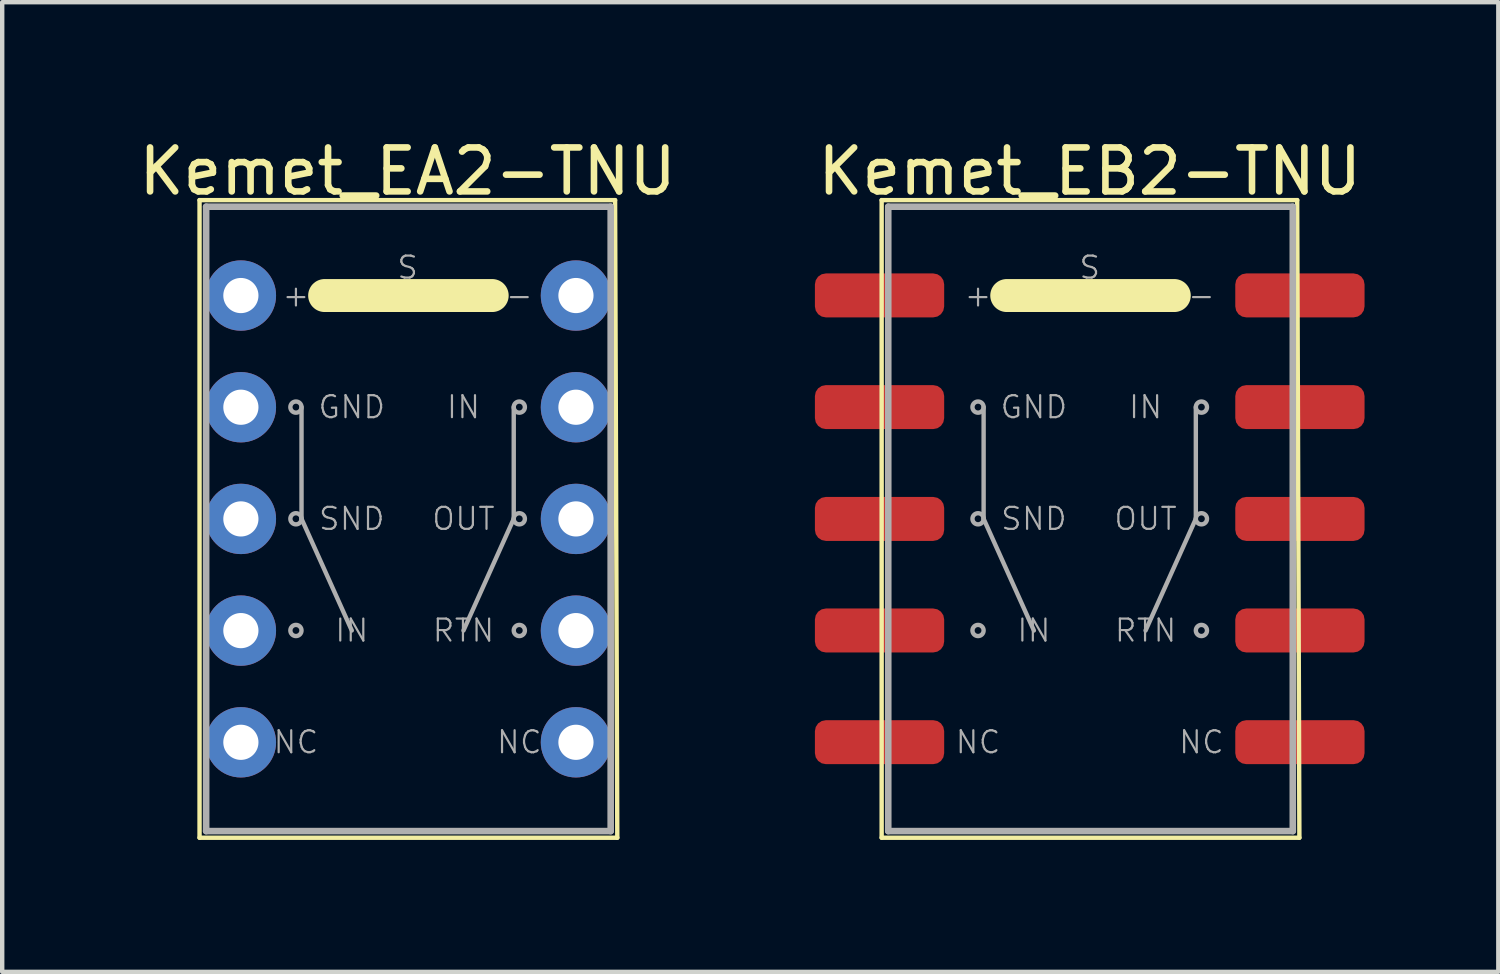
<source format=kicad_pcb>
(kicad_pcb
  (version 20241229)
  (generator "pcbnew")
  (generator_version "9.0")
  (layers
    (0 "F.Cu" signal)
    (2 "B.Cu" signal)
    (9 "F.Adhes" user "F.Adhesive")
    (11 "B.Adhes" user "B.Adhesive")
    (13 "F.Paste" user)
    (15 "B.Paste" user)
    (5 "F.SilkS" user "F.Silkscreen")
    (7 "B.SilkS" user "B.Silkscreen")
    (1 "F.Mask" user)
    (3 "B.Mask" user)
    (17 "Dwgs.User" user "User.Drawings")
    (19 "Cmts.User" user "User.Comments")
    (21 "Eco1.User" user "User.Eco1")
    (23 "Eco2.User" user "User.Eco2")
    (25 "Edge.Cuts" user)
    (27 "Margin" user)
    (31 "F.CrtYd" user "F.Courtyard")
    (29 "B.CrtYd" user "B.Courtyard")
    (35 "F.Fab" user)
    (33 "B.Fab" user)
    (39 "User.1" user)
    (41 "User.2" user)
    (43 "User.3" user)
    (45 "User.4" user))
  (footprint "Kemet_EA2-TNU"
    (layer "F.Cu")
    (at 6.22 8.748)
    (property "Reference" "Kemet_EA2-TNU" (at 0 -7.9 0) (layer "F.SilkS") (effects (font (size 1 1) (thickness 0.15))))
    (attr through_hole)
    (fp_line (start -4.732 -7.247) (end -4.732 7.253) (stroke (width 0.1) (type solid)) (layer "F.SilkS"))
    (fp_line (start 1.923 -5.077) (end -1.887 -5.077) (stroke (width 0.75) (type solid)) (layer "F.SilkS"))
    (fp_line (start 4.718 -7.247) (end -4.732 -7.247) (stroke (width 0.1) (type solid)) (layer "F.SilkS"))
    (fp_line (start 4.718 -7.247) (end 4.768 7.253) (stroke (width 0.1) (type solid)) (layer "F.SilkS"))
    (fp_line (start 4.768 7.253) (end -4.732 7.253) (stroke (width 0.1) (type solid)) (layer "F.SilkS"))
    (fp_line (start -4.582 -7.097) (end -4.582 7.103) (stroke (width 0.15) (type solid)) (layer "F.Fab"))
    (fp_line (start -4.582 7.103) (end 4.618 7.103) (stroke (width 0.15) (type solid)) (layer "F.Fab"))
    (fp_line (start -2.413 0) (end -2.413 -2.54) (stroke (width 0.1) (type solid)) (layer "F.Fab"))
    (fp_line (start -2.413 0) (end -1.27 2.54) (stroke (width 0.1) (type solid)) (layer "F.Fab"))
    (fp_line (start 2.413 0) (end 1.27 2.54) (stroke (width 0.1) (type solid)) (layer "F.Fab"))
    (fp_line (start 2.413 0) (end 2.413 -2.54) (stroke (width 0.1) (type solid)) (layer "F.Fab"))
    (fp_line (start 4.618 -7.097) (end -4.582 -7.097) (stroke (width 0.15) (type solid)) (layer "F.Fab"))
    (fp_line (start 4.618 7.103) (end 4.618 -7.097) (stroke (width 0.15) (type solid)) (layer "F.Fab"))
    (fp_circle (center -2.54 -2.54) (end -2.54 -2.413) (stroke (width 0.1) (type solid)) (fill no) (layer "F.Fab"))
    (fp_circle (center -2.54 0) (end -2.54 -0.127) (stroke (width 0.1) (type solid)) (fill no) (layer "F.Fab"))
    (fp_circle (center -2.54 2.54) (end -2.54 2.413) (stroke (width 0.1) (type solid)) (fill no) (layer "F.Fab"))
    (fp_circle (center 2.54 -2.54) (end 2.54 -2.667) (stroke (width 0.1) (type solid)) (fill no) (layer "F.Fab"))
    (fp_circle (center 2.54 0) (end 2.54 -0.127) (stroke (width 0.1) (type solid)) (fill no) (layer "F.Fab"))
    (fp_circle (center 2.54 2.54) (end 2.54 2.413) (stroke (width 0.1) (type solid)) (fill no) (layer "F.Fab"))
    (fp_text user "GND" (at -1.27 -2.54 0) (layer "F.Fab") (effects (font (size 0.5 0.5) (thickness 0.05))))
    (fp_text user "S" (at 0 -5.715 0) (layer "F.Fab") (effects (font (size 0.5 0.5) (thickness 0.05))))
    (fp_text user "NC" (at 2.54 5.08 0) (layer "F.Fab") (effects (font (size 0.5 0.5) (thickness 0.05))))
    (fp_text user "SND" (at -1.27 0 0) (layer "F.Fab") (effects (font (size 0.5 0.5) (thickness 0.05))))
    (fp_text user "IN" (at 1.27 -2.54 0) (layer "F.Fab") (effects (font (size 0.5 0.5) (thickness 0.05))))
    (fp_text user "NC" (at -2.54 5.08 0) (layer "F.Fab") (effects (font (size 0.5 0.5) (thickness 0.05))))
    (fp_text user "+" (at -2.54 -5.08 0) (layer "F.Fab") (effects (font (size 0.5 0.5) (thickness 0.05))))
    (fp_text user "-" (at 2.54 -5.08 0) (layer "F.Fab") (effects (font (size 0.5 0.5) (thickness 0.05))))
    (fp_text user "OUT" (at 1.27 0 0) (layer "F.Fab") (effects (font (size 0.5 0.5) (thickness 0.05))))
    (fp_text user "RTN" (at 1.27 2.54 0) (layer "F.Fab") (effects (font (size 0.5 0.5) (thickness 0.05))))
    (fp_text user "IN" (at -1.27 2.54 0) (layer "F.Fab") (effects (font (size 0.5 0.5) (thickness 0.05))))
    (pad "1" thru_hole circle (at -3.792 -5.077) (size 1.6 1.6) (drill 0.8) (layers "*.Cu" "*.Mask"))
    (pad "2" thru_hole circle (at -3.792 -2.537) (size 1.6 1.6) (drill 0.8) (layers "*.Cu" "*.Mask"))
    (pad "3" thru_hole circle (at -3.792 0.003) (size 1.6 1.6) (drill 0.8) (layers "*.Cu" "*.Mask"))
    (pad "4" thru_hole circle (at -3.792 2.543) (size 1.6 1.6) (drill 0.8) (layers "*.Cu" "*.Mask"))
    (pad "5" thru_hole circle (at -3.792 5.083) (size 1.6 1.6) (drill 0.8) (layers "*.Cu" "*.Mask"))
    (pad "6" thru_hole circle (at 3.828 5.083) (size 1.6 1.6) (drill 0.8) (layers "*.Cu" "*.Mask"))
    (pad "7" thru_hole circle (at 3.828 2.543) (size 1.6 1.6) (drill 0.8) (layers "*.Cu" "*.Mask"))
    (pad "8" thru_hole circle (at 3.828 0.003) (size 1.6 1.6) (drill 0.8) (layers "*.Cu" "*.Mask"))
    (pad "9" thru_hole circle (at 3.828 -2.537) (size 1.6 1.6) (drill 0.8) (layers "*.Cu" "*.Mask"))
    (pad "10" thru_hole circle (at 3.828 -5.077) (size 1.6 1.6) (drill 0.8) (layers "*.Cu" "*.Mask")))
  (footprint "Kemet_EB2-TNU"
    (layer "F.Cu")
    (at 21.732 8.748)
    (property "Reference" "Kemet_EB2-TNU" (at 0 -7.9 0) (layer "F.SilkS") (effects (font (size 1 1) (thickness 0.15))))
    (attr through_hole)
    (fp_line (start -4.732 -7.247) (end -4.732 7.253) (stroke (width 0.1) (type solid)) (layer "F.SilkS"))
    (fp_line (start 1.923 -5.077) (end -1.887 -5.077) (stroke (width 0.75) (type solid)) (layer "F.SilkS"))
    (fp_line (start 4.718 -7.247) (end -4.732 -7.247) (stroke (width 0.1) (type solid)) (layer "F.SilkS"))
    (fp_line (start 4.718 -7.247) (end 4.768 7.253) (stroke (width 0.1) (type solid)) (layer "F.SilkS"))
    (fp_line (start 4.768 7.253) (end -4.732 7.253) (stroke (width 0.1) (type solid)) (layer "F.SilkS"))
    (fp_line (start -4.582 -7.097) (end -4.582 7.103) (stroke (width 0.15) (type solid)) (layer "F.Fab"))
    (fp_line (start -4.582 7.103) (end 4.618 7.103) (stroke (width 0.15) (type solid)) (layer "F.Fab"))
    (fp_line (start -2.413 0) (end -2.413 -2.54) (stroke (width 0.1) (type solid)) (layer "F.Fab"))
    (fp_line (start -2.413 0) (end -1.27 2.54) (stroke (width 0.1) (type solid)) (layer "F.Fab"))
    (fp_line (start 2.413 0) (end 1.27 2.54) (stroke (width 0.1) (type solid)) (layer "F.Fab"))
    (fp_line (start 2.413 0) (end 2.413 -2.54) (stroke (width 0.1) (type solid)) (layer "F.Fab"))
    (fp_line (start 4.618 -7.097) (end -4.582 -7.097) (stroke (width 0.15) (type solid)) (layer "F.Fab"))
    (fp_line (start 4.618 7.103) (end 4.618 -7.097) (stroke (width 0.15) (type solid)) (layer "F.Fab"))
    (fp_circle (center -2.54 -2.54) (end -2.54 -2.413) (stroke (width 0.1) (type solid)) (fill no) (layer "F.Fab"))
    (fp_circle (center -2.54 0) (end -2.54 -0.127) (stroke (width 0.1) (type solid)) (fill no) (layer "F.Fab"))
    (fp_circle (center -2.54 2.54) (end -2.54 2.413) (stroke (width 0.1) (type solid)) (fill no) (layer "F.Fab"))
    (fp_circle (center 2.54 -2.54) (end 2.54 -2.667) (stroke (width 0.1) (type solid)) (fill no) (layer "F.Fab"))
    (fp_circle (center 2.54 0) (end 2.54 -0.127) (stroke (width 0.1) (type solid)) (fill no) (layer "F.Fab"))
    (fp_circle (center 2.54 2.54) (end 2.54 2.413) (stroke (width 0.1) (type solid)) (fill no) (layer "F.Fab"))
    (fp_text user "S" (at 0 -5.715 0) (layer "F.Fab") (effects (font (size 0.5 0.5) (thickness 0.05))))
    (fp_text user "OUT" (at 1.27 0 0) (layer "F.Fab") (effects (font (size 0.5 0.5) (thickness 0.05))))
    (fp_text user "NC" (at -2.54 5.08 0) (layer "F.Fab") (effects (font (size 0.5 0.5) (thickness 0.05))))
    (fp_text user "-" (at 2.54 -5.08 0) (layer "F.Fab") (effects (font (size 0.5 0.5) (thickness 0.05))))
    (fp_text user "IN" (at -1.27 2.54 0) (layer "F.Fab") (effects (font (size 0.5 0.5) (thickness 0.05))))
    (fp_text user "GND" (at -1.27 -2.54 0) (layer "F.Fab") (effects (font (size 0.5 0.5) (thickness 0.05))))
    (fp_text user "RTN" (at 1.27 2.54 0) (layer "F.Fab") (effects (font (size 0.5 0.5) (thickness 0.05))))
    (fp_text user "SND" (at -1.27 0 0) (layer "F.Fab") (effects (font (size 0.5 0.5) (thickness 0.05))))
    (fp_text user "+" (at -2.54 -5.08 0) (layer "F.Fab") (effects (font (size 0.5 0.5) (thickness 0.05))))
    (fp_text user "IN" (at 1.27 -2.54 0) (layer "F.Fab") (effects (font (size 0.5 0.5) (thickness 0.05))))
    (fp_text user "NC" (at 2.54 5.08 0) (layer "F.Fab") (effects (font (size 0.5 0.5) (thickness 0.05))))
    (pad "1" smd roundrect (at -4.78 -5.08) (size 2.94 1) (layers "F.Cu" "F.Mask" "F.Paste") (roundrect_rratio 0.25))
    (pad "2" smd roundrect (at -4.78 -2.54) (size 2.94 1) (layers "F.Cu" "F.Mask" "F.Paste") (roundrect_rratio 0.25))
    (pad "3" smd roundrect (at -4.78 0.003) (size 2.94 1) (layers "F.Cu" "F.Mask" "F.Paste") (roundrect_rratio 0.25))
    (pad "4" smd roundrect (at -4.78 2.54) (size 2.94 1) (layers "F.Cu" "F.Mask" "F.Paste") (roundrect_rratio 0.25))
    (pad "5" smd roundrect (at -4.78 5.08) (size 2.94 1) (layers "F.Cu" "F.Mask" "F.Paste") (roundrect_rratio 0.25))
    (pad "6" smd roundrect (at 4.78 5.08) (size 2.94 1) (layers "F.Cu" "F.Mask" "F.Paste") (roundrect_rratio 0.25))
    (pad "7" smd roundrect (at 4.78 2.54) (size 2.94 1) (layers "F.Cu" "F.Mask" "F.Paste") (roundrect_rratio 0.25))
    (pad "8" smd roundrect (at 4.78 0.003) (size 2.94 1) (layers "F.Cu" "F.Mask" "F.Paste") (roundrect_rratio 0.25))
    (pad "9" smd roundrect (at 4.78 -2.54) (size 2.94 1) (layers "F.Cu" "F.Mask" "F.Paste") (roundrect_rratio 0.25))
    (pad "10" smd roundrect (at 4.78 -5.08) (size 2.94 1) (layers "F.Cu" "F.Mask" "F.Paste") (roundrect_rratio 0.25)))
  (gr_rect
    (start -3 -3)
    (end 31.024 19.051)
    (stroke (width 0.1) (type default))
    (fill no)
    (layer "Edge.Cuts")))
</source>
